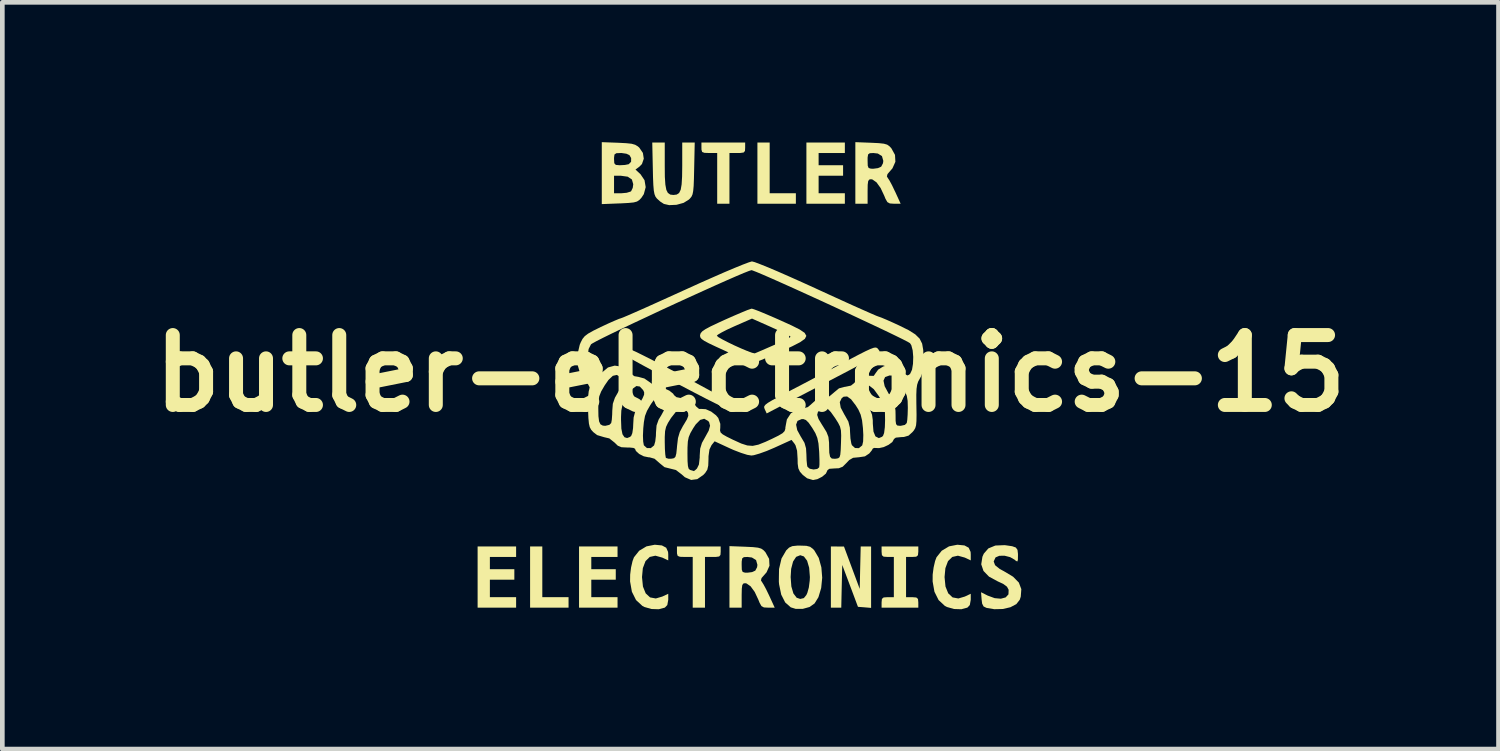
<source format=kicad_pcb>
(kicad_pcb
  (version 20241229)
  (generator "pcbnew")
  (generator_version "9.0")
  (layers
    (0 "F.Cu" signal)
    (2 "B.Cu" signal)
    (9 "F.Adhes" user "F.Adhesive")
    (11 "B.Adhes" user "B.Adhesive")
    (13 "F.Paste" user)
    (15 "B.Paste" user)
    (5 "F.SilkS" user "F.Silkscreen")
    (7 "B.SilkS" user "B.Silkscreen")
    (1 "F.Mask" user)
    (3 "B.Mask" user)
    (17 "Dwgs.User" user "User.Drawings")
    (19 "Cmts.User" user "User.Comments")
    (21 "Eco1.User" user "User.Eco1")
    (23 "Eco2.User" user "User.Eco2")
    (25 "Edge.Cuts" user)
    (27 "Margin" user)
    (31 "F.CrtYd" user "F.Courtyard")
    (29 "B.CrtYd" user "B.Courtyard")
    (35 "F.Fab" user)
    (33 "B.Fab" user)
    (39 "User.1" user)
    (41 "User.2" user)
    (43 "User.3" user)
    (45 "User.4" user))
  (footprint "butler-electronics-15"
    (layer "F.Cu")
    (at 13.05 4.96)
    (property "Reference" "butler-electronics-15" (at 0 0 0) (layer "F.SilkS") (effects (font (size 1.5 1.5) (thickness 0.3))))
    (attr board_only exclude_from_pos_files exclude_from_bom)
    (fp_poly (pts (xy -4.465 4.258) (xy -4.465 4.802) (xy -4.183 4.802) (xy -3.902 4.802) (xy -3.902 4.915) (xy -3.902 5.027) (xy -4.315 5.027) (xy -4.727 5.027) (xy -4.727 4.371) (xy -4.727 3.714) (xy -4.596 3.714) (xy -4.465 3.714)) (stroke (width 0) (type solid)) (fill yes) (layer "F.SilkS"))
    (fp_poly (pts (xy 0.413 -4.408) (xy 0.413 -3.864) (xy 0.694 -3.864) (xy 0.975 -3.864) (xy 0.975 -3.752) (xy 0.975 -3.639) (xy 0.563 -3.639) (xy 0.15 -3.639) (xy 0.15 -4.296) (xy 0.15 -4.952) (xy 0.281 -4.952) (xy 0.413 -4.952)) (stroke (width 0) (type solid)) (fill yes) (layer "F.SilkS"))
    (fp_poly (pts (xy -0.638 3.827) (xy -0.643 3.896) (xy -0.671 3.929) (xy -0.743 3.939) (xy -0.807 3.939) (xy -0.975 3.939) (xy -0.975 4.483) (xy -0.975 5.027) (xy -1.107 5.027) (xy -1.238 5.027) (xy -1.238 4.483) (xy -1.238 3.939) (xy -1.407 3.939) (xy -1.511 3.936) (xy -1.56 3.917) (xy -1.575 3.869) (xy -1.576 3.827) (xy -1.576 3.714) (xy -1.107 3.714) (xy -0.638 3.714)) (stroke (width 0) (type solid)) (fill yes) (layer "F.SilkS"))
    (fp_poly (pts (xy -0.113 -4.84) (xy -0.117 -4.771) (xy -0.146 -4.738) (xy -0.218 -4.728) (xy -0.281 -4.727) (xy -0.45 -4.727) (xy -0.45 -4.183) (xy -0.45 -3.639) (xy -0.582 -3.639) (xy -0.713 -3.639) (xy -0.713 -4.183) (xy -0.713 -4.727) (xy -0.882 -4.727) (xy -0.986 -4.731) (xy -1.035 -4.749) (xy -1.05 -4.797) (xy -1.051 -4.84) (xy -1.051 -4.952) (xy -0.582 -4.952) (xy -0.113 -4.952)) (stroke (width 0) (type solid)) (fill yes) (layer "F.SilkS"))
    (fp_poly (pts (xy 2.589 4.373) (xy 2.589 5.032) (xy 2.448 5.02) (xy 2.307 5.009) (xy 2.139 4.56) (xy 1.97 4.111) (xy 1.959 4.569) (xy 1.949 5.027) (xy 1.837 5.027) (xy 1.726 5.027) (xy 1.726 4.371) (xy 1.726 3.714) (xy 1.867 3.715) (xy 2.007 3.715) (xy 2.176 4.17) (xy 2.345 4.625) (xy 2.355 4.17) (xy 2.366 3.714) (xy 2.477 3.714) (xy 2.589 3.714)) (stroke (width 0) (type solid)) (fill yes) (layer "F.SilkS"))
    (fp_poly (pts (xy -5.027 3.827) (xy -5.027 3.939) (xy -5.309 3.939) (xy -5.59 3.939) (xy -5.59 4.071) (xy -5.59 4.202) (xy -5.328 4.202) (xy -5.065 4.202) (xy -5.065 4.315) (xy -5.065 4.427) (xy -5.328 4.427) (xy -5.59 4.427) (xy -5.59 4.615) (xy -5.59 4.802) (xy -5.309 4.802) (xy -5.027 4.802) (xy -5.027 4.915) (xy -5.027 5.027) (xy -5.44 5.027) (xy -5.853 5.027) (xy -5.853 4.371) (xy -5.853 3.714) (xy -5.44 3.714) (xy -5.027 3.714)) (stroke (width 0) (type solid)) (fill yes) (layer "F.SilkS"))
    (fp_poly (pts (xy -2.851 3.827) (xy -2.851 3.939) (xy -3.133 3.939) (xy -3.414 3.939) (xy -3.414 4.071) (xy -3.414 4.202) (xy -3.152 4.202) (xy -2.889 4.202) (xy -2.889 4.315) (xy -2.889 4.427) (xy -3.152 4.427) (xy -3.414 4.427) (xy -3.414 4.615) (xy -3.414 4.802) (xy -3.133 4.802) (xy -2.851 4.802) (xy -2.851 4.915) (xy -2.851 5.027) (xy -3.264 5.027) (xy -3.677 5.027) (xy -3.677 4.371) (xy -3.677 3.714) (xy -3.264 3.714) (xy -2.851 3.714)) (stroke (width 0) (type solid)) (fill yes) (layer "F.SilkS"))
    (fp_poly (pts (xy 2.026 -4.84) (xy 2.026 -4.727) (xy 1.745 -4.727) (xy 1.463 -4.727) (xy 1.463 -4.596) (xy 1.463 -4.465) (xy 1.726 -4.465) (xy 1.988 -4.465) (xy 1.988 -4.352) (xy 1.988 -4.24) (xy 1.726 -4.24) (xy 1.463 -4.24) (xy 1.463 -4.052) (xy 1.463 -3.864) (xy 1.745 -3.864) (xy 2.026 -3.864) (xy 2.026 -3.752) (xy 2.026 -3.639) (xy 1.613 -3.639) (xy 1.201 -3.639) (xy 1.201 -4.296) (xy 1.201 -4.952) (xy 1.613 -4.952) (xy 2.026 -4.952)) (stroke (width 0) (type solid)) (fill yes) (layer "F.SilkS"))
    (fp_poly (pts (xy 3.602 3.827) (xy 3.594 3.903) (xy 3.557 3.934) (xy 3.47 3.939) (xy 3.339 3.939) (xy 3.339 4.371) (xy 3.339 4.802) (xy 3.47 4.802) (xy 3.559 4.809) (xy 3.595 4.84) (xy 3.602 4.915) (xy 3.602 5.027) (xy 3.208 5.027) (xy 2.814 5.027) (xy 2.814 4.915) (xy 2.821 4.839) (xy 2.858 4.808) (xy 2.945 4.802) (xy 3.077 4.802) (xy 3.077 4.371) (xy 3.077 3.939) (xy 2.945 3.939) (xy 2.857 3.933) (xy 2.821 3.901) (xy 2.814 3.827) (xy 2.814 3.714) (xy 3.208 3.714) (xy 3.602 3.714)) (stroke (width 0) (type solid)) (fill yes) (layer "F.SilkS"))
    (fp_poly (pts (xy -1.899 3.692) (xy -1.807 3.741) (xy -1.767 3.831) (xy -1.763 3.884) (xy -1.763 4.013) (xy -1.891 3.953) (xy -2.039 3.912) (xy -2.16 3.939) (xy -2.251 4.029) (xy -2.308 4.179) (xy -2.326 4.371) (xy -2.306 4.574) (xy -2.247 4.72) (xy -2.153 4.807) (xy -2.03 4.83) (xy -1.891 4.789) (xy -1.763 4.729) (xy -1.763 4.858) (xy -1.783 4.971) (xy -1.836 5.026) (xy -1.966 5.061) (xy -2.123 5.056) (xy -2.274 5.013) (xy -2.319 4.989) (xy -2.454 4.864) (xy -2.543 4.686) (xy -2.582 4.465) (xy -2.58 4.317) (xy -2.561 4.166) (xy -2.529 4.027) (xy -2.499 3.947) (xy -2.387 3.806) (xy -2.23 3.712) (xy -2.052 3.677)) (stroke (width 0) (type solid)) (fill yes) (layer "F.SilkS"))
    (fp_poly (pts (xy 4.592 3.692) (xy 4.683 3.741) (xy 4.724 3.831) (xy 4.727 3.884) (xy 4.727 4.013) (xy 4.6 3.953) (xy 4.452 3.912) (xy 4.331 3.939) (xy 4.239 4.029) (xy 4.183 4.179) (xy 4.165 4.371) (xy 4.185 4.574) (xy 4.244 4.72) (xy 4.337 4.807) (xy 4.461 4.83) (xy 4.6 4.789) (xy 4.727 4.729) (xy 4.727 4.858) (xy 4.707 4.971) (xy 4.655 5.026) (xy 4.525 5.061) (xy 4.368 5.056) (xy 4.217 5.013) (xy 4.171 4.989) (xy 4.037 4.864) (xy 3.948 4.686) (xy 3.909 4.465) (xy 3.91 4.317) (xy 3.93 4.166) (xy 3.962 4.027) (xy 3.992 3.947) (xy 4.104 3.806) (xy 4.261 3.712) (xy 4.439 3.677)) (stroke (width 0) (type solid)) (fill yes) (layer "F.SilkS"))
    (fp_poly (pts (xy 2.722 -0.541) (xy 2.73 -0.532) (xy 2.749 -0.509) (xy 2.764 -0.489) (xy 2.77 -0.468) (xy 2.76 -0.445) (xy 2.732 -0.415) (xy 2.678 -0.375) (xy 2.596 -0.324) (xy 2.478 -0.257) (xy 2.322 -0.171) (xy 2.121 -0.064) (xy 1.871 0.067) (xy 1.566 0.226) (xy 1.202 0.416) (xy 1.028 0.506) (xy 0.349 0.86) (xy 0.307 0.769) (xy 0.295 0.736) (xy 0.297 0.706) (xy 0.321 0.674) (xy 0.376 0.632) (xy 0.47 0.576) (xy 0.611 0.499) (xy 0.808 0.395) (xy 0.893 0.351) (xy 1.148 0.218) (xy 1.434 0.067) (xy 1.724 -0.085) (xy 1.988 -0.225) (xy 2.101 -0.284) (xy 2.312 -0.395) (xy 2.468 -0.474) (xy 2.577 -0.524) (xy 2.649 -0.55) (xy 2.694 -0.554)) (stroke (width 0) (type solid)) (fill yes) (layer "F.SilkS"))
    (fp_poly (pts (xy -2.629 -0.534) (xy -2.551 -0.504) (xy -2.44 -0.454) (xy -2.291 -0.38) (xy -2.096 -0.281) (xy -1.848 -0.153) (xy -1.542 0.008) (xy -1.482 0.04) (xy -1.165 0.208) (xy -0.889 0.358) (xy -0.661 0.485) (xy -0.483 0.588) (xy -0.362 0.663) (xy -0.3 0.709) (xy -0.294 0.72) (xy -0.306 0.757) (xy -0.325 0.783) (xy -0.358 0.794) (xy -0.41 0.789) (xy -0.489 0.763) (xy -0.601 0.716) (xy -0.752 0.644) (xy -0.949 0.545) (xy -1.198 0.416) (xy -1.507 0.254) (xy -1.555 0.229) (xy -1.83 0.084) (xy -2.084 -0.051) (xy -2.309 -0.173) (xy -2.497 -0.276) (xy -2.641 -0.357) (xy -2.733 -0.412) (xy -2.765 -0.435) (xy -2.755 -0.492) (xy -2.73 -0.532) (xy -2.712 -0.545) (xy -2.68 -0.547)) (stroke (width 0) (type solid)) (fill yes) (layer "F.SilkS"))
    (fp_poly (pts (xy -1.838 -4.449) (xy -1.836 -4.216) (xy -1.825 -4.049) (xy -1.804 -3.936) (xy -1.77 -3.869) (xy -1.719 -3.835) (xy -1.651 -3.827) (xy -1.581 -3.836) (xy -1.53 -3.87) (xy -1.496 -3.939) (xy -1.476 -4.054) (xy -1.466 -4.223) (xy -1.463 -4.449) (xy -1.463 -4.952) (xy -1.329 -4.952) (xy -1.195 -4.952) (xy -1.207 -4.39) (xy -1.212 -4.174) (xy -1.218 -4.019) (xy -1.228 -3.912) (xy -1.242 -3.841) (xy -1.264 -3.792) (xy -1.296 -3.752) (xy -1.319 -3.729) (xy -1.433 -3.658) (xy -1.585 -3.616) (xy -1.743 -3.609) (xy -1.857 -3.635) (xy -1.938 -3.688) (xy -2.007 -3.751) (xy -2.037 -3.791) (xy -2.058 -3.844) (xy -2.073 -3.922) (xy -2.083 -4.039) (xy -2.09 -4.207) (xy -2.094 -4.393) (xy -2.106 -4.952) (xy -1.972 -4.952) (xy -1.838 -4.952)) (stroke (width 0) (type solid)) (fill yes) (layer "F.SilkS"))
    (fp_poly (pts (xy 1.199 3.7) (xy 1.281 3.721) (xy 1.343 3.768) (xy 1.371 3.799) (xy 1.466 3.96) (xy 1.522 4.162) (xy 1.54 4.385) (xy 1.518 4.606) (xy 1.459 4.803) (xy 1.376 4.937) (xy 1.268 5.013) (xy 1.123 5.053) (xy 0.971 5.053) (xy 0.865 5.02) (xy 0.746 4.915) (xy 0.661 4.748) (xy 0.615 4.526) (xy 0.61 4.471) (xy 0.611 4.371) (xy 0.863 4.371) (xy 0.878 4.572) (xy 0.922 4.722) (xy 0.992 4.814) (xy 1.069 4.84) (xy 1.146 4.822) (xy 1.2 4.756) (xy 1.221 4.71) (xy 1.253 4.595) (xy 1.272 4.449) (xy 1.276 4.371) (xy 1.26 4.17) (xy 1.216 4.02) (xy 1.147 3.928) (xy 1.069 3.902) (xy 0.981 3.937) (xy 0.915 4.037) (xy 0.874 4.194) (xy 0.863 4.371) (xy 0.611 4.371) (xy 0.614 4.198) (xy 0.667 3.972) (xy 0.767 3.8) (xy 0.767 3.799) (xy 0.83 3.738) (xy 0.899 3.707) (xy 1.004 3.696) (xy 1.069 3.696)) (stroke (width 0) (type solid)) (fill yes) (layer "F.SilkS"))
    (fp_poly (pts (xy 5.48 3.689) (xy 5.616 3.709) (xy 5.694 3.737) (xy 5.73 3.787) (xy 5.74 3.873) (xy 5.74 3.91) (xy 5.738 4.005) (xy 5.725 4.037) (xy 5.691 4.019) (xy 5.668 3.998) (xy 5.572 3.943) (xy 5.454 3.913) (xy 5.341 3.914) (xy 5.263 3.947) (xy 5.257 3.953) (xy 5.219 4.036) (xy 5.249 4.116) (xy 5.349 4.197) (xy 5.44 4.246) (xy 5.635 4.363) (xy 5.759 4.489) (xy 5.812 4.63) (xy 5.8 4.791) (xy 5.778 4.858) (xy 5.705 4.951) (xy 5.578 5.018) (xy 5.414 5.056) (xy 5.231 5.06) (xy 5.065 5.032) (xy 5.002 5.001) (xy 4.971 4.94) (xy 4.96 4.851) (xy 4.948 4.696) (xy 5.09 4.768) (xy 5.24 4.823) (xy 5.373 4.835) (xy 5.476 4.807) (xy 5.536 4.742) (xy 5.54 4.644) (xy 5.54 4.644) (xy 5.504 4.577) (xy 5.423 4.517) (xy 5.308 4.464) (xy 5.119 4.362) (xy 5 4.239) (xy 4.952 4.097) (xy 4.977 3.936) (xy 5.007 3.868) (xy 5.105 3.756) (xy 5.255 3.694) (xy 5.451 3.686)) (stroke (width 0) (type solid)) (fill yes) (layer "F.SilkS"))
    (fp_poly (pts (xy -0.109 3.72) (xy 0.055 3.728) (xy 0.162 3.74) (xy 0.231 3.76) (xy 0.282 3.795) (xy 0.322 3.838) (xy 0.401 3.98) (xy 0.409 4.128) (xy 0.346 4.269) (xy 0.306 4.315) (xy 0.239 4.391) (xy 0.226 4.442) (xy 0.244 4.471) (xy 0.281 4.529) (xy 0.337 4.633) (xy 0.4 4.763) (xy 0.405 4.774) (xy 0.521 5.027) (xy 0.378 5.027) (xy 0.289 5.022) (xy 0.236 4.993) (xy 0.196 4.921) (xy 0.172 4.861) (xy 0.092 4.69) (xy 0.004 4.569) (xy -0.083 4.508) (xy -0.115 4.502) (xy -0.153 4.51) (xy -0.175 4.544) (xy -0.185 4.62) (xy -0.188 4.755) (xy -0.188 4.765) (xy -0.188 5.027) (xy -0.319 5.027) (xy -0.45 5.027) (xy -0.45 4.367) (xy -0.45 4.108) (xy -0.188 4.108) (xy -0.185 4.212) (xy -0.166 4.261) (xy -0.116 4.276) (xy -0.064 4.277) (xy 0.036 4.264) (xy 0.104 4.233) (xy 0.105 4.232) (xy 0.143 4.159) (xy 0.15 4.108) (xy 0.121 4.006) (xy 0.032 3.951) (xy -0.064 3.939) (xy -0.14 3.943) (xy -0.176 3.969) (xy -0.187 4.037) (xy -0.188 4.108) (xy -0.45 4.108) (xy -0.45 3.707)) (stroke (width 0) (type solid)) (fill yes) (layer "F.SilkS"))
    (fp_poly (pts (xy 2.592 -4.947) (xy 2.756 -4.939) (xy 2.863 -4.927) (xy 2.933 -4.907) (xy 2.983 -4.872) (xy 3.024 -4.828) (xy 3.102 -4.687) (xy 3.11 -4.539) (xy 3.047 -4.398) (xy 3.007 -4.352) (xy 2.941 -4.276) (xy 2.928 -4.225) (xy 2.945 -4.195) (xy 2.983 -4.138) (xy 3.039 -4.034) (xy 3.101 -3.904) (xy 3.107 -3.893) (xy 3.223 -3.639) (xy 3.08 -3.639) (xy 2.991 -3.645) (xy 2.938 -3.674) (xy 2.897 -3.746) (xy 2.873 -3.806) (xy 2.793 -3.976) (xy 2.705 -4.098) (xy 2.618 -4.159) (xy 2.586 -4.165) (xy 2.548 -4.157) (xy 2.526 -4.123) (xy 2.516 -4.046) (xy 2.514 -3.912) (xy 2.514 -3.902) (xy 2.514 -3.639) (xy 2.382 -3.639) (xy 2.251 -3.639) (xy 2.251 -4.3) (xy 2.251 -4.558) (xy 2.514 -4.558) (xy 2.517 -4.455) (xy 2.536 -4.406) (xy 2.585 -4.391) (xy 2.638 -4.39) (xy 2.737 -4.403) (xy 2.805 -4.434) (xy 2.806 -4.435) (xy 2.844 -4.508) (xy 2.851 -4.558) (xy 2.822 -4.661) (xy 2.734 -4.716) (xy 2.638 -4.727) (xy 2.561 -4.723) (xy 2.525 -4.697) (xy 2.514 -4.63) (xy 2.514 -4.558) (xy 2.251 -4.558) (xy 2.251 -4.96)) (stroke (width 0) (type solid)) (fill yes) (layer "F.SilkS"))
    (fp_poly (pts (xy -2.836 -4.947) (xy -2.665 -4.938) (xy -2.55 -4.926) (xy -2.473 -4.904) (xy -2.416 -4.87) (xy -2.385 -4.843) (xy -2.307 -4.729) (xy -2.288 -4.605) (xy -2.327 -4.491) (xy -2.377 -4.439) (xy -2.466 -4.372) (xy -2.358 -4.272) (xy -2.272 -4.144) (xy -2.247 -3.995) (xy -2.287 -3.845) (xy -2.34 -3.765) (xy -2.386 -3.717) (xy -2.434 -3.686) (xy -2.504 -3.667) (xy -2.612 -3.656) (xy -2.774 -3.647) (xy -2.809 -3.646) (xy -3.189 -3.631) (xy -3.189 -4.24) (xy -2.926 -4.24) (xy -2.926 -4.052) (xy -2.926 -3.864) (xy -2.765 -3.864) (xy -2.655 -3.874) (xy -2.573 -3.899) (xy -2.559 -3.909) (xy -2.525 -3.979) (xy -2.514 -4.058) (xy -2.543 -4.159) (xy -2.632 -4.219) (xy -2.784 -4.24) (xy -2.793 -4.24) (xy -2.926 -4.24) (xy -3.189 -4.24) (xy -3.189 -4.295) (xy -3.189 -4.596) (xy -2.926 -4.596) (xy -2.921 -4.508) (xy -2.888 -4.472) (xy -2.806 -4.465) (xy -2.798 -4.465) (xy -2.692 -4.471) (xy -2.612 -4.487) (xy -2.611 -4.487) (xy -2.56 -4.54) (xy -2.559 -4.619) (xy -2.596 -4.682) (xy -2.661 -4.712) (xy -2.764 -4.727) (xy -2.784 -4.727) (xy -2.877 -4.723) (xy -2.917 -4.695) (xy -2.926 -4.625) (xy -2.926 -4.596) (xy -3.189 -4.596) (xy -3.189 -4.96)) (stroke (width 0) (type solid)) (fill yes) (layer "F.SilkS"))
    (fp_poly (pts (xy 0.08 -1.373) (xy 0.186 -1.333) (xy 0.335 -1.271) (xy 0.514 -1.194) (xy 0.643 -1.137) (xy 0.885 -1.027) (xy 1.058 -0.94) (xy 1.163 -0.869) (xy 1.2 -0.804) (xy 1.168 -0.74) (xy 1.068 -0.669) (xy 0.899 -0.582) (xy 0.662 -0.473) (xy 0.648 -0.467) (xy 0.462 -0.384) (xy 0.297 -0.313) (xy 0.168 -0.26) (xy 0.086 -0.231) (xy 0.067 -0.226) (xy 0.018 -0.241) (xy -0.087 -0.283) (xy -0.234 -0.345) (xy -0.412 -0.423) (xy -0.536 -0.479) (xy -0.743 -0.574) (xy -0.891 -0.644) (xy -0.99 -0.697) (xy -1.048 -0.738) (xy -1.075 -0.773) (xy -1.081 -0.808) (xy -0.721 -0.808) (xy -0.689 -0.778) (xy -0.604 -0.729) (xy -0.482 -0.666) (xy -0.341 -0.598) (xy -0.196 -0.533) (xy -0.065 -0.478) (xy 0.036 -0.441) (xy 0.091 -0.429) (xy 0.094 -0.429) (xy 0.142 -0.449) (xy 0.243 -0.492) (xy 0.38 -0.552) (xy 0.497 -0.603) (xy 0.647 -0.67) (xy 0.766 -0.728) (xy 0.842 -0.769) (xy 0.862 -0.785) (xy 0.83 -0.808) (xy 0.741 -0.854) (xy 0.611 -0.916) (xy 0.452 -0.989) (xy 0.448 -0.991) (xy 0.034 -1.175) (xy -0.343 -1.01) (xy -0.496 -0.94) (xy -0.619 -0.877) (xy -0.698 -0.83) (xy -0.721 -0.808) (xy -1.081 -0.808) (xy -1.081 -0.808) (xy -1.08 -0.822) (xy -1.067 -0.862) (xy -1.032 -0.902) (xy -0.965 -0.948) (xy -0.855 -1.007) (xy -0.692 -1.084) (xy -0.546 -1.151) (xy -0.361 -1.233) (xy -0.197 -1.303) (xy -0.069 -1.356) (xy 0.012 -1.384) (xy 0.03 -1.388)) (stroke (width 0) (type solid)) (fill yes) (layer "F.SilkS"))
    (fp_poly (pts (xy 0.092 -2.386) (xy 0.209 -2.342) (xy 0.378 -2.274) (xy 0.59 -2.184) (xy 0.836 -2.076) (xy 1.109 -1.954) (xy 1.4 -1.822) (xy 1.412 -1.816) (xy 1.702 -1.683) (xy 1.972 -1.56) (xy 2.214 -1.45) (xy 2.421 -1.358) (xy 2.584 -1.286) (xy 2.695 -1.238) (xy 2.747 -1.218) (xy 2.748 -1.218) (xy 2.807 -1.197) (xy 2.917 -1.151) (xy 3.061 -1.087) (xy 3.189 -1.028) (xy 3.393 -0.927) (xy 3.536 -0.837) (xy 3.63 -0.745) (xy 3.684 -0.637) (xy 3.708 -0.498) (xy 3.714 -0.314) (xy 3.709 -0.144) (xy 3.692 -0.024) (xy 3.658 0.07) (xy 3.634 0.113) (xy 3.599 0.176) (xy 3.577 0.244) (xy 3.564 0.333) (xy 3.559 0.459) (xy 3.56 0.639) (xy 3.561 0.698) (xy 3.564 0.891) (xy 3.562 1.024) (xy 3.554 1.114) (xy 3.536 1.175) (xy 3.507 1.224) (xy 3.477 1.26) (xy 3.393 1.336) (xy 3.294 1.365) (xy 3.231 1.368) (xy 3.12 1.379) (xy 3.077 1.411) (xy 3.077 1.416) (xy 3.044 1.474) (xy 2.963 1.534) (xy 2.86 1.582) (xy 2.76 1.604) (xy 2.729 1.603) (xy 2.655 1.6) (xy 2.626 1.613) (xy 2.603 1.654) (xy 2.55 1.719) (xy 2.457 1.781) (xy 2.323 1.801) (xy 2.318 1.801) (xy 2.203 1.812) (xy 2.12 1.86) (xy 2.061 1.922) (xy 1.98 2.003) (xy 1.897 2.036) (xy 1.805 2.04) (xy 1.693 2.048) (xy 1.651 2.079) (xy 1.651 2.084) (xy 1.619 2.151) (xy 1.539 2.218) (xy 1.437 2.27) (xy 1.343 2.289) (xy 1.217 2.252) (xy 1.123 2.179) (xy 1.061 2.109) (xy 1.028 2.038) (xy 1.014 1.939) (xy 1.012 1.832) (xy 1.001 1.66) (xy 0.968 1.546) (xy 0.947 1.511) (xy 0.882 1.428) (xy 0.513 1.596) (xy 0.348 1.666) (xy 0.195 1.721) (xy 0.074 1.756) (xy 0.02 1.763) (xy -0.069 1.748) (xy -0.202 1.706) (xy -0.358 1.646) (xy -0.437 1.611) (xy -0.768 1.458) (xy -0.834 1.54) (xy -0.879 1.633) (xy -0.899 1.776) (xy -0.9 1.845) (xy -0.905 1.979) (xy -0.925 2.067) (xy -0.97 2.137) (xy -1.01 2.179) (xy -1.14 2.27) (xy -1.272 2.287) (xy -1.406 2.229) (xy -1.475 2.168) (xy -1.598 2.074) (xy -1.723 2.043) (xy -1.843 2.013) (xy -1.951 1.925) (xy -1.957 1.919) (xy -2.057 1.832) (xy -2.163 1.802) (xy -2.187 1.801) (xy -2.288 1.78) (xy -2.386 1.73) (xy -2.457 1.665) (xy -2.476 1.618) (xy -2.51 1.6) (xy -2.595 1.591) (xy -2.648 1.591) (xy -2.767 1.585) (xy -2.846 1.552) (xy -2.914 1.486) (xy -3.027 1.396) (xy -3.138 1.37) (xy -3.288 1.325) (xy -3.37 1.262) (xy -3.417 1.21) (xy -3.447 1.154) (xy -3.465 1.077) (xy -3.476 0.96) (xy -3.483 0.79) (xy -3.484 0.744) (xy -3.264 0.744) (xy -3.261 0.918) (xy -3.247 1.03) (xy -3.218 1.093) (xy -3.168 1.121) (xy -3.114 1.126) (xy -3.026 1.105) (xy -2.987 1.066) (xy -2.975 1.002) (xy -2.776 1.002) (xy -2.769 1.187) (xy -2.745 1.307) (xy -2.702 1.371) (xy -2.645 1.388) (xy -2.584 1.364) (xy -2.559 1.343) (xy -2.556 1.336) (xy -2.306 1.336) (xy -2.301 1.463) (xy -2.287 1.541) (xy -2.285 1.545) (xy -2.22 1.603) (xy -2.137 1.604) (xy -2.069 1.548) (xy -2.065 1.541) (xy -2.046 1.475) (xy -1.838 1.475) (xy -1.835 1.622) (xy -1.827 1.739) (xy -1.816 1.807) (xy -1.812 1.815) (xy -1.758 1.832) (xy -1.69 1.831) (xy -1.639 1.82) (xy -1.609 1.79) (xy -1.591 1.724) (xy -1.59 1.719) (xy -1.351 1.719) (xy -1.349 1.883) (xy -1.341 1.986) (xy -1.326 2.044) (xy -1.299 2.07) (xy -1.285 2.075) (xy -1.226 2.092) (xy -1.213 2.097) (xy -1.185 2.077) (xy -1.147 2.042) (xy -1.105 1.956) (xy -1.088 1.805) (xy -1.088 1.768) (xy -1.078 1.615) (xy -1.04 1.492) (xy -0.975 1.375) (xy -0.895 1.23) (xy -0.866 1.124) (xy -0.887 1.045) (xy -0.908 1.021) (xy -0.991 0.974) (xy -1.078 0.999) (xy -1.173 1.095) (xy -1.229 1.179) (xy -1.288 1.282) (xy -1.324 1.369) (xy -1.343 1.464) (xy -1.35 1.592) (xy -1.351 1.719) (xy -1.59 1.719) (xy -1.578 1.605) (xy -1.574 1.557) (xy -1.554 1.388) (xy -1.515 1.257) (xy -1.447 1.128) (xy -1.43 1.101) (xy -1.362 0.987) (xy -1.333 0.911) (xy -1.337 0.854) (xy -1.349 0.829) (xy -1.416 0.756) (xy -1.5 0.754) (xy -1.598 0.824) (xy -1.702 0.956) (xy -1.769 1.063) (xy -1.81 1.149) (xy -1.831 1.24) (xy -1.838 1.364) (xy -1.838 1.475) (xy -2.046 1.475) (xy -2.042 1.462) (xy -2.028 1.343) (xy -2.026 1.269) (xy -2.014 1.118) (xy -1.969 0.992) (xy -1.913 0.9) (xy -1.828 0.743) (xy -1.806 0.624) (xy -1.848 0.544) (xy -1.873 0.527) (xy -1.945 0.496) (xy -2.001 0.502) (xy -2.058 0.553) (xy -2.133 0.658) (xy -2.15 0.685) (xy -2.219 0.805) (xy -2.262 0.915) (xy -2.286 1.048) (xy -2.299 1.18) (xy -2.306 1.336) (xy -2.556 1.336) (xy -2.534 1.283) (xy -2.518 1.175) (xy -2.514 1.085) (xy -2.506 0.948) (xy -2.476 0.833) (xy -2.412 0.704) (xy -2.383 0.654) (xy -2.314 0.535) (xy -2.281 0.458) (xy -2.28 0.405) (xy -2.302 0.359) (xy -2.373 0.283) (xy -2.446 0.272) (xy -2.527 0.33) (xy -2.623 0.457) (xy -2.639 0.482) (xy -2.709 0.603) (xy -2.75 0.699) (xy -2.77 0.8) (xy -2.776 0.935) (xy -2.776 1.002) (xy -2.975 1.002) (xy -2.974 0.996) (xy -2.966 0.882) (xy -2.964 0.805) (xy -2.952 0.652) (xy -2.907 0.523) (xy -2.851 0.425) (xy -2.773 0.286) (xy -2.743 0.187) (xy -2.759 0.114) (xy -2.784 0.083) (xy -2.866 0.034) (xy -2.952 0.053) (xy -3.046 0.142) (xy -3.127 0.259) (xy -3.202 0.388) (xy -3.243 0.492) (xy -3.261 0.606) (xy -3.264 0.744) (xy -3.484 0.744) (xy -3.485 0.624) (xy -3.48 0.482) (xy -3.469 0.383) (xy -3.46 0.353) (xy -3.449 0.299) (xy -3.484 0.233) (xy -3.545 0.167) (xy -3.651 0.011) (xy -3.708 -0.184) (xy -3.712 -0.382) (xy -3.492 -0.382) (xy -3.485 -0.229) (xy -3.449 -0.091) (xy -3.411 -0.024) (xy -3.336 0.055) (xy -3.274 0.065) (xy -3.205 0.009) (xy -3.18 -0.022) (xy -3.056 -0.126) (xy -2.911 -0.166) (xy -2.763 -0.143) (xy -2.63 -0.057) (xy -2.593 -0.016) (xy -2.49 0.061) (xy -2.406 0.075) (xy -2.276 0.11) (xy -2.163 0.188) (xy -2.067 0.257) (xy -1.978 0.296) (xy -1.954 0.3) (xy -1.849 0.321) (xy -1.74 0.371) (xy -1.659 0.435) (xy -1.638 0.468) (xy -1.587 0.511) (xy -1.519 0.525) (xy -1.393 0.549) (xy -1.268 0.61) (xy -1.178 0.689) (xy -1.165 0.71) (xy -1.103 0.763) (xy -1.055 0.763) (xy -0.958 0.769) (xy -0.843 0.82) (xy -0.738 0.9) (xy -0.69 0.957) (xy -0.646 1.083) (xy -0.647 1.168) (xy -0.652 1.225) (xy -0.639 1.269) (xy -0.595 1.309) (xy -0.509 1.358) (xy -0.368 1.428) (xy -0.36 1.431) (xy -0.196 1.506) (xy -0.068 1.547) (xy 0.048 1.556) (xy 0.171 1.53) (xy 0.324 1.469) (xy 0.46 1.406) (xy 0.602 1.336) (xy 0.689 1.284) (xy 0.733 1.239) (xy 0.749 1.19) (xy 0.75 1.161) (xy 0.761 1.101) (xy 0.98 1.101) (xy 1.004 1.218) (xy 1.084 1.364) (xy 1.086 1.366) (xy 1.16 1.491) (xy 1.193 1.609) (xy 1.201 1.739) (xy 1.205 1.865) (xy 1.215 1.967) (xy 1.223 2.004) (xy 1.272 2.046) (xy 1.354 2.063) (xy 1.434 2.051) (xy 1.475 2.017) (xy 1.481 1.959) (xy 1.481 1.848) (xy 1.476 1.705) (xy 1.474 1.67) (xy 1.46 1.505) (xy 1.435 1.385) (xy 1.393 1.282) (xy 1.326 1.17) (xy 1.249 1.059) (xy 1.19 1.001) (xy 1.134 0.981) (xy 1.095 0.983) (xy 1.01 1.02) (xy 0.98 1.101) (xy 0.761 1.101) (xy 0.782 0.989) (xy 0.846 0.891) (xy 1.432 0.891) (xy 1.461 0.979) (xy 1.537 1.105) (xy 1.557 1.136) (xy 1.633 1.26) (xy 1.673 1.364) (xy 1.687 1.485) (xy 1.688 1.56) (xy 1.692 1.705) (xy 1.709 1.79) (xy 1.745 1.828) (xy 1.81 1.833) (xy 1.837 1.831) (xy 1.883 1.822) (xy 1.912 1.799) (xy 1.928 1.745) (xy 1.937 1.647) (xy 1.943 1.493) (xy 1.947 1.334) (xy 1.942 1.225) (xy 1.922 1.142) (xy 1.882 1.062) (xy 1.818 0.961) (xy 1.725 0.83) (xy 1.654 0.757) (xy 1.594 0.736) (xy 1.53 0.758) (xy 1.505 0.774) (xy 1.448 0.828) (xy 1.432 0.891) (xy 0.846 0.891) (xy 0.869 0.856) (xy 1.003 0.773) (xy 1.14 0.75) (xy 1.232 0.724) (xy 1.283 0.681) (xy 1.354 0.618) (xy 1.917 0.618) (xy 1.937 0.735) (xy 2.018 0.888) (xy 2.026 0.9) (xy 2.101 1.034) (xy 2.133 1.163) (xy 2.138 1.269) (xy 2.146 1.397) (xy 2.164 1.503) (xy 2.177 1.541) (xy 2.244 1.602) (xy 2.327 1.605) (xy 2.396 1.548) (xy 2.4 1.541) (xy 2.418 1.461) (xy 2.422 1.323) (xy 2.414 1.175) (xy 2.395 1.008) (xy 2.365 0.886) (xy 2.316 0.777) (xy 2.258 0.685) (xy 2.159 0.556) (xy 2.075 0.496) (xy 2 0.501) (xy 1.958 0.533) (xy 1.917 0.618) (xy 1.354 0.618) (xy 1.396 0.58) (xy 1.544 0.529) (xy 1.593 0.525) (xy 1.696 0.492) (xy 1.788 0.415) (xy 2.377 0.415) (xy 2.385 0.476) (xy 2.428 0.559) (xy 2.489 0.655) (xy 2.568 0.783) (xy 2.609 0.888) (xy 2.625 1.003) (xy 2.626 1.08) (xy 2.64 1.25) (xy 2.682 1.352) (xy 2.752 1.388) (xy 2.758 1.388) (xy 2.818 1.364) (xy 2.844 1.343) (xy 2.868 1.28) (xy 2.884 1.156) (xy 2.889 1.002) (xy 2.886 0.845) (xy 2.873 0.735) (xy 2.84 0.64) (xy 2.782 0.533) (xy 2.752 0.484) (xy 2.646 0.339) (xy 2.552 0.266) (xy 2.471 0.264) (xy 2.405 0.335) (xy 2.395 0.356) (xy 2.377 0.415) (xy 1.788 0.415) (xy 1.792 0.411) (xy 1.9 0.322) (xy 2.029 0.288) (xy 2.039 0.288) (xy 2.157 0.263) (xy 2.219 0.214) (xy 2.274 0.157) (xy 2.855 0.157) (xy 2.88 0.276) (xy 2.965 0.434) (xy 2.98 0.457) (xy 3.057 0.581) (xy 3.097 0.683) (xy 3.112 0.801) (xy 3.114 0.891) (xy 3.115 1.019) (xy 3.125 1.089) (xy 3.151 1.119) (xy 3.2 1.125) (xy 3.223 1.126) (xy 3.314 1.106) (xy 3.354 1.066) (xy 3.365 1) (xy 3.373 0.884) (xy 3.377 0.743) (xy 3.377 0.741) (xy 3.373 0.591) (xy 3.355 0.483) (xy 3.313 0.383) (xy 3.238 0.258) (xy 3.236 0.255) (xy 3.157 0.138) (xy 3.1 0.073) (xy 3.046 0.047) (xy 2.983 0.046) (xy 2.889 0.08) (xy 2.855 0.157) (xy 2.274 0.157) (xy 2.295 0.136) (xy 2.408 0.076) (xy 2.524 0.049) (xy 2.572 0.053) (xy 2.646 0.054) (xy 2.683 -0.000337) (xy 2.741 -0.08) (xy 2.847 -0.146) (xy 2.973 -0.184) (xy 3.023 -0.188) (xy 3.135 -0.152) (xy 3.246 -0.058) (xy 3.322 0.018) (xy 3.367 0.045) (xy 3.404 0.03) (xy 3.429 0.005) (xy 3.467 -0.078) (xy 3.488 -0.205) (xy 3.493 -0.352) (xy 3.481 -0.493) (xy 3.452 -0.603) (xy 3.424 -0.647) (xy 3.374 -0.677) (xy 3.265 -0.733) (xy 3.104 -0.812) (xy 2.901 -0.91) (xy 2.662 -1.023) (xy 2.396 -1.148) (xy 2.112 -1.281) (xy 1.816 -1.418) (xy 1.519 -1.555) (xy 1.227 -1.688) (xy 0.948 -1.815) (xy 0.692 -1.93) (xy 0.465 -2.031) (xy 0.277 -2.113) (xy 0.135 -2.173) (xy 0.047 -2.207) (xy 0.024 -2.214) (xy -0.028 -2.198) (xy -0.14 -2.154) (xy -0.303 -2.085) (xy -0.509 -1.995) (xy -0.75 -1.888) (xy -1.018 -1.767) (xy -1.306 -1.636) (xy -1.603 -1.5) (xy -1.904 -1.361) (xy -2.198 -1.223) (xy -2.48 -1.091) (xy -2.739 -0.968) (xy -2.968 -0.858) (xy -3.159 -0.764) (xy -3.303 -0.691) (xy -3.393 -0.641) (xy -3.42 -0.623) (xy -3.471 -0.523) (xy -3.492 -0.382) (xy -3.712 -0.382) (xy -3.712 -0.398) (xy -3.662 -0.613) (xy -3.641 -0.664) (xy -3.603 -0.738) (xy -3.555 -0.797) (xy -3.483 -0.852) (xy -3.371 -0.915) (xy -3.209 -0.995) (xy -3.053 -1.068) (xy -2.917 -1.128) (xy -2.819 -1.169) (xy -2.781 -1.181) (xy -2.733 -1.199) (xy -2.624 -1.245) (xy -2.464 -1.315) (xy -2.258 -1.406) (xy -2.016 -1.515) (xy -1.744 -1.638) (xy -1.451 -1.771) (xy -1.393 -1.797) (xy -1.096 -1.932) (xy -0.816 -2.056) (xy -0.563 -2.167) (xy -0.343 -2.26) (xy -0.166 -2.332) (xy -0.039 -2.38) (xy 0.029 -2.401) (xy 0.035 -2.401)) (stroke (width 0) (type solid)) (fill yes) (layer "F.SilkS")))
  (gr_rect
    (start -3 -3)
    (end 29.1 13.021)
    (stroke (width 0.1) (type default))
    (fill no)
    (layer "Edge.Cuts")))
</source>
